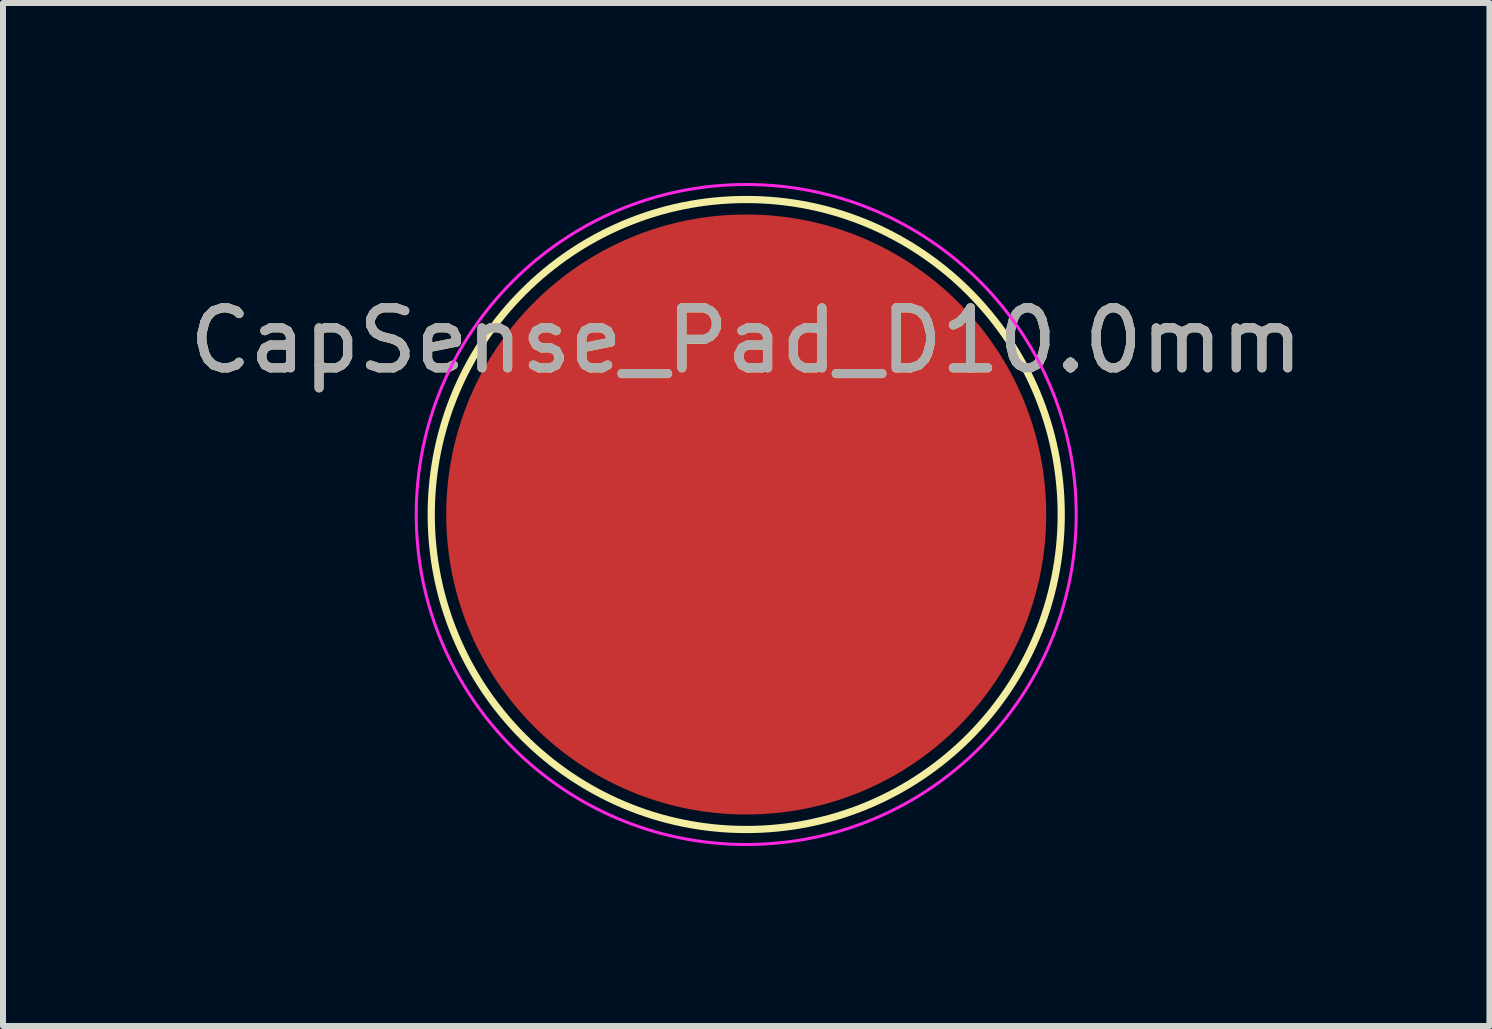
<source format=kicad_pcb>
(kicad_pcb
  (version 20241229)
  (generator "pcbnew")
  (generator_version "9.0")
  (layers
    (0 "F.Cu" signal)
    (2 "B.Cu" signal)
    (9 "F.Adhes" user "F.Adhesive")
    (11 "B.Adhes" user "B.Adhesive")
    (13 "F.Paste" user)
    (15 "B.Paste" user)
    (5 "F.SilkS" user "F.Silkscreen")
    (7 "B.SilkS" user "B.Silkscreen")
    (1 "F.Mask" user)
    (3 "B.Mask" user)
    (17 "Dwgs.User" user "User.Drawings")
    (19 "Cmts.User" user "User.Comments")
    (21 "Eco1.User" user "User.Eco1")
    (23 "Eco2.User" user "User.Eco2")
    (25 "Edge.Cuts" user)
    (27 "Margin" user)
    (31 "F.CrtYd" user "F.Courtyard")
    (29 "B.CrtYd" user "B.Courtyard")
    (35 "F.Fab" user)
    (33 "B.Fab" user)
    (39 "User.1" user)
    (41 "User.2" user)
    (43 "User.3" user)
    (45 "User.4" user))
  (footprint "CapSense_Pad_D10.0mm"
    (layer "F.Cu")
    (at 9.387 5.525)
    (property "Reference" "CapSense_Pad_D10.0mm" (at 0 -2.898 0) (layer "F.SilkS") (effects (font (size 1 1) (thickness 0.15))))
    (attr exclude_from_pos_files exclude_from_bom)
    (fp_circle (center 0 0) (end 5.25 0) (stroke (width 0.12) (type solid)) (fill no) (layer "F.SilkS"))
    (fp_circle (center 0 0) (end 5.5 0) (stroke (width 0.05) (type solid)) (fill no) (layer "F.CrtYd"))
    (fp_text user "${REFERENCE}" (at 0 -2.9 0) (layer "F.Fab") (effects (font (size 1 1) (thickness 0.15))))
    (pad "1" smd circle (at 0 0) (size 10 10) (layers "F.Cu" "F.Mask")))
  (gr_rect
    (start -3 -3)
    (end 21.774 14.05)
    (stroke (width 0.1) (type default))
    (fill no)
    (layer "Edge.Cuts")))
</source>
